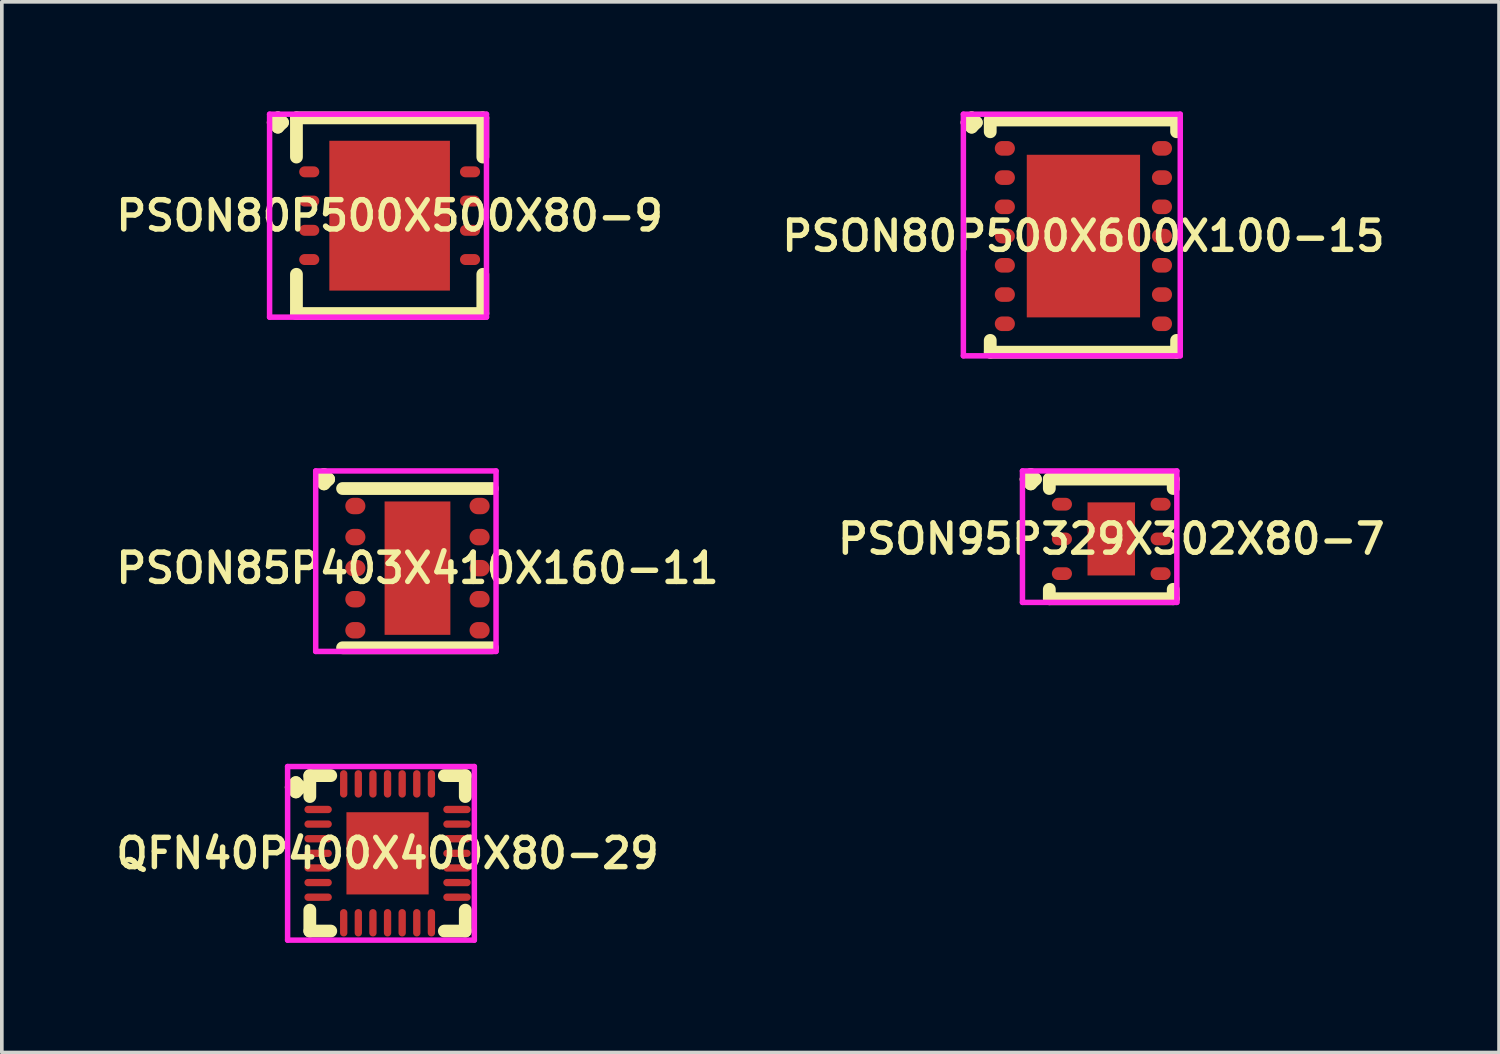
<source format=kicad_pcb>
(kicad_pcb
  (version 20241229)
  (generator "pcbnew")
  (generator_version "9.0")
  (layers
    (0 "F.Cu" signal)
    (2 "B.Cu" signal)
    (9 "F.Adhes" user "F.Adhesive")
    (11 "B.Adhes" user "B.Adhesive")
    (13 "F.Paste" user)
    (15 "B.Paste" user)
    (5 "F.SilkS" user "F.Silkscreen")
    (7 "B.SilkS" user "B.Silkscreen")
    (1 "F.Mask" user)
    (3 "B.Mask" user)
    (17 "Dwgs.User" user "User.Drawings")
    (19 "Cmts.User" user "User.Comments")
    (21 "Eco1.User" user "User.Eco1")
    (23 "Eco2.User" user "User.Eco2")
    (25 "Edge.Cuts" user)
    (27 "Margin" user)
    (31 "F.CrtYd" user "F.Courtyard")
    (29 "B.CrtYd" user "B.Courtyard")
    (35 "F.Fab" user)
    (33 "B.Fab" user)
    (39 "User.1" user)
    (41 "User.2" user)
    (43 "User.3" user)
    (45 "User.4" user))
  (footprint "PSON95P329X302X80-7"
    (layer "F.Cu")
    (at 27.359 11.697)
    (property "Reference" "PSON95P329X302X80-7" (at 0 0 0) (layer "F.SilkS") (effects (font (size 0.8 0.8) (thickness 0.15))))
    (attr through_hole)
    (fp_line (start -2.33 -1.633) (end -2.203 -1.76) (stroke (width 0.35) (type solid)) (layer "F.SilkS"))
    (fp_line (start -2.203 -1.76) (end -2.076 -1.633) (stroke (width 0.35) (type solid)) (layer "F.SilkS"))
    (fp_line (start -2.203 -1.506) (end -2.33 -1.633) (stroke (width 0.35) (type solid)) (layer "F.SilkS"))
    (fp_line (start -2.076 -1.633) (end -2.203 -1.506) (stroke (width 0.35) (type solid)) (layer "F.SilkS"))
    (fp_line (start -1.695 -1.637) (end 1.695 -1.637) (stroke (width 0.35) (type solid)) (layer "F.SilkS"))
    (fp_line (start -1.695 -1.379) (end -1.695 -1.637) (stroke (width 0.35) (type solid)) (layer "F.SilkS"))
    (fp_line (start -1.695 1.379) (end -1.695 1.637) (stroke (width 0.35) (type solid)) (layer "F.SilkS"))
    (fp_line (start -1.695 1.637) (end 1.695 1.637) (stroke (width 0.35) (type solid)) (layer "F.SilkS"))
    (fp_line (start 1.695 -1.637) (end 1.695 -1.379) (stroke (width 0.35) (type solid)) (layer "F.SilkS"))
    (fp_line (start 1.695 1.637) (end 1.695 1.379) (stroke (width 0.35) (type solid)) (layer "F.SilkS"))
    (fp_line (start -2.43 -1.86) (end 1.795 -1.86) (stroke (width 0.15) (type solid)) (layer "F.CrtYd"))
    (fp_line (start -2.43 1.737) (end -2.43 -1.86) (stroke (width 0.15) (type solid)) (layer "F.CrtYd"))
    (fp_line (start 1.795 -1.86) (end 1.795 1.737) (stroke (width 0.15) (type solid)) (layer "F.CrtYd"))
    (fp_line (start 1.795 1.737) (end -2.43 1.737) (stroke (width 0.15) (type solid)) (layer "F.CrtYd"))
    (pad "1" smd oval (at -1.35 -0.95) (size 0.55 0.35) (layers "F.Cu" "F.Mask" "F.Paste"))
    (pad "2" smd oval (at -1.35 0) (size 0.55 0.35) (layers "F.Cu" "F.Mask" "F.Paste"))
    (pad "3" smd oval (at -1.35 0.95) (size 0.55 0.35) (layers "F.Cu" "F.Mask" "F.Paste"))
    (pad "4" smd oval (at 1.35 0.95) (size 0.55 0.35) (layers "F.Cu" "F.Mask" "F.Paste"))
    (pad "5" smd oval (at 1.35 0) (size 0.55 0.35) (layers "F.Cu" "F.Mask" "F.Paste"))
    (pad "6" smd oval (at 1.35 -0.95) (size 0.55 0.35) (layers "F.Cu" "F.Mask" "F.Paste"))
    (pad "7" smd rect (at 0 0) (size 1.3 2) (layers "F.Cu" "F.Mask" "F.Paste")))
  (footprint "QFN40P400X400X80-29"
    (layer "F.Cu")
    (at 7.555 20.301)
    (property "Reference" "QFN40P400X400X80-29" (at 0 0 0) (layer "F.SilkS") (effects (font (size 0.8 0.8) (thickness 0.15))))
    (attr smd)
    (fp_line (start -2.635 -1.808) (end -2.508 -1.935) (stroke (width 0.35) (type solid)) (layer "F.SilkS"))
    (fp_line (start -2.508 -1.935) (end -2.381 -1.808) (stroke (width 0.35) (type solid)) (layer "F.SilkS"))
    (fp_line (start -2.508 -1.681) (end -2.635 -1.808) (stroke (width 0.35) (type solid)) (layer "F.SilkS"))
    (fp_line (start -2.381 -1.808) (end -2.508 -1.681) (stroke (width 0.35) (type solid)) (layer "F.SilkS"))
    (fp_line (start -2.127 -2.127) (end -1.554 -2.127) (stroke (width 0.35) (type solid)) (layer "F.SilkS"))
    (fp_line (start -2.127 -1.554) (end -2.127 -2.127) (stroke (width 0.35) (type solid)) (layer "F.SilkS"))
    (fp_line (start -2.127 1.554) (end -2.127 2.127) (stroke (width 0.35) (type solid)) (layer "F.SilkS"))
    (fp_line (start -2.127 2.127) (end -1.554 2.127) (stroke (width 0.35) (type solid)) (layer "F.SilkS"))
    (fp_line (start 1.554 -2.127) (end 2.127 -2.127) (stroke (width 0.35) (type solid)) (layer "F.SilkS"))
    (fp_line (start 1.554 2.127) (end 2.127 2.127) (stroke (width 0.35) (type solid)) (layer "F.SilkS"))
    (fp_line (start 2.127 -2.127) (end 2.127 -1.554) (stroke (width 0.35) (type solid)) (layer "F.SilkS"))
    (fp_line (start 2.127 2.127) (end 2.127 1.554) (stroke (width 0.35) (type solid)) (layer "F.SilkS"))
    (fp_line (start -2.735 -2.375) (end 2.375 -2.375) (stroke (width 0.15) (type solid)) (layer "F.CrtYd"))
    (fp_line (start -2.735 2.375) (end -2.735 -2.375) (stroke (width 0.15) (type solid)) (layer "F.CrtYd"))
    (fp_line (start 2.375 -2.375) (end 2.375 2.375) (stroke (width 0.15) (type solid)) (layer "F.CrtYd"))
    (fp_line (start 2.375 2.375) (end -2.735 2.375) (stroke (width 0.15) (type solid)) (layer "F.CrtYd"))
    (pad "1" smd oval (at -1.9 -1.2) (size 0.75 0.2) (layers "F.Cu" "F.Mask" "F.Paste"))
    (pad "2" smd oval (at -1.9 -0.8) (size 0.75 0.2) (layers "F.Cu" "F.Mask" "F.Paste"))
    (pad "3" smd oval (at -1.9 -0.4) (size 0.75 0.2) (layers "F.Cu" "F.Mask" "F.Paste"))
    (pad "4" smd oval (at -1.9 0) (size 0.75 0.2) (layers "F.Cu" "F.Mask" "F.Paste"))
    (pad "5" smd oval (at -1.9 0.4) (size 0.75 0.2) (layers "F.Cu" "F.Mask" "F.Paste"))
    (pad "6" smd oval (at -1.9 0.8) (size 0.75 0.2) (layers "F.Cu" "F.Mask" "F.Paste"))
    (pad "7" smd oval (at -1.9 1.2) (size 0.75 0.2) (layers "F.Cu" "F.Mask" "F.Paste"))
    (pad "8" smd oval (at -1.2 1.9) (size 0.2 0.75) (layers "F.Cu" "F.Mask" "F.Paste"))
    (pad "9" smd oval (at -0.8 1.9) (size 0.2 0.75) (layers "F.Cu" "F.Mask" "F.Paste"))
    (pad "10" smd oval (at -0.4 1.9) (size 0.2 0.75) (layers "F.Cu" "F.Mask" "F.Paste"))
    (pad "11" smd oval (at 0 1.9) (size 0.2 0.75) (layers "F.Cu" "F.Mask" "F.Paste"))
    (pad "12" smd oval (at 0.4 1.9) (size 0.2 0.75) (layers "F.Cu" "F.Mask" "F.Paste"))
    (pad "13" smd oval (at 0.8 1.9) (size 0.2 0.75) (layers "F.Cu" "F.Mask" "F.Paste"))
    (pad "14" smd oval (at 1.2 1.9) (size 0.2 0.75) (layers "F.Cu" "F.Mask" "F.Paste"))
    (pad "15" smd oval (at 1.9 1.2) (size 0.75 0.2) (layers "F.Cu" "F.Mask" "F.Paste"))
    (pad "16" smd oval (at 1.9 0.8) (size 0.75 0.2) (layers "F.Cu" "F.Mask" "F.Paste"))
    (pad "17" smd oval (at 1.9 0.4) (size 0.75 0.2) (layers "F.Cu" "F.Mask" "F.Paste"))
    (pad "18" smd oval (at 1.9 0) (size 0.75 0.2) (layers "F.Cu" "F.Mask" "F.Paste"))
    (pad "19" smd oval (at 1.9 -0.4) (size 0.75 0.2) (layers "F.Cu" "F.Mask" "F.Paste"))
    (pad "20" smd oval (at 1.9 -0.8) (size 0.75 0.2) (layers "F.Cu" "F.Mask" "F.Paste"))
    (pad "21" smd oval (at 1.9 -1.2) (size 0.75 0.2) (layers "F.Cu" "F.Mask" "F.Paste"))
    (pad "22" smd oval (at 1.2 -1.9) (size 0.2 0.75) (layers "F.Cu" "F.Mask" "F.Paste"))
    (pad "23" smd oval (at 0.8 -1.9) (size 0.2 0.75) (layers "F.Cu" "F.Mask" "F.Paste"))
    (pad "24" smd oval (at 0.4 -1.9) (size 0.2 0.75) (layers "F.Cu" "F.Mask" "F.Paste"))
    (pad "25" smd oval (at 0 -1.9) (size 0.2 0.75) (layers "F.Cu" "F.Mask" "F.Paste"))
    (pad "26" smd oval (at -0.4 -1.9) (size 0.2 0.75) (layers "F.Cu" "F.Mask" "F.Paste"))
    (pad "27" smd oval (at -0.8 -1.9) (size 0.2 0.75) (layers "F.Cu" "F.Mask" "F.Paste"))
    (pad "28" smd oval (at -1.2 -1.9) (size 0.2 0.75) (layers "F.Cu" "F.Mask" "F.Paste"))
    (pad "29" smd rect (at 0 0) (size 2.25 2.25) (layers "F.Cu" "F.Mask" "F.Paste")))
  (footprint "PSON85P403X410X160-11"
    (layer "F.Cu")
    (at 8.374 12.497)
    (property "Reference" "PSON85P403X410X160-11" (at 0 0 0) (layer "F.SilkS") (effects (font (size 0.8 0.8) (thickness 0.15))))
    (attr smd)
    (fp_line (start -2.685 -2.433) (end -2.558 -2.56) (stroke (width 0.35) (type solid)) (layer "F.SilkS"))
    (fp_line (start -2.558 -2.56) (end -2.431 -2.433) (stroke (width 0.35) (type solid)) (layer "F.SilkS"))
    (fp_line (start -2.558 -2.306) (end -2.685 -2.433) (stroke (width 0.35) (type solid)) (layer "F.SilkS"))
    (fp_line (start -2.431 -2.433) (end -2.558 -2.306) (stroke (width 0.35) (type solid)) (layer "F.SilkS"))
    (fp_line (start -2.05 -2.179) (end 2.05 -2.179) (stroke (width 0.35) (type solid)) (layer "F.SilkS"))
    (fp_line (start -2.05 2.179) (end 2.05 2.179) (stroke (width 0.35) (type solid)) (layer "F.SilkS"))
    (fp_line (start -2.785 -2.66) (end 2.15 -2.66) (stroke (width 0.15) (type solid)) (layer "F.CrtYd"))
    (fp_line (start -2.785 2.279) (end -2.785 -2.66) (stroke (width 0.15) (type solid)) (layer "F.CrtYd"))
    (fp_line (start 2.15 -2.66) (end 2.15 2.279) (stroke (width 0.15) (type solid)) (layer "F.CrtYd"))
    (fp_line (start 2.15 2.279) (end -2.785 2.279) (stroke (width 0.15) (type solid)) (layer "F.CrtYd"))
    (pad "1" smd oval (at -1.7 -1.7) (size 0.55 0.45) (layers "F.Cu" "F.Mask" "F.Paste"))
    (pad "2" smd oval (at -1.7 -0.85) (size 0.55 0.45) (layers "F.Cu" "F.Mask" "F.Paste"))
    (pad "3" smd oval (at -1.7 0) (size 0.55 0.45) (layers "F.Cu" "F.Mask" "F.Paste"))
    (pad "4" smd oval (at -1.7 0.85) (size 0.55 0.45) (layers "F.Cu" "F.Mask" "F.Paste"))
    (pad "5" smd oval (at -1.7 1.7) (size 0.55 0.45) (layers "F.Cu" "F.Mask" "F.Paste"))
    (pad "6" smd oval (at 1.7 1.7) (size 0.55 0.45) (layers "F.Cu" "F.Mask" "F.Paste"))
    (pad "7" smd oval (at 1.7 0.85) (size 0.55 0.45) (layers "F.Cu" "F.Mask" "F.Paste"))
    (pad "8" smd oval (at 1.7 0) (size 0.55 0.45) (layers "F.Cu" "F.Mask" "F.Paste"))
    (pad "9" smd oval (at 1.7 -0.85) (size 0.55 0.45) (layers "F.Cu" "F.Mask" "F.Paste"))
    (pad "10" smd oval (at 1.7 -1.7) (size 0.55 0.45) (layers "F.Cu" "F.Mask" "F.Paste"))
    (pad "11" smd rect (at 0 0) (size 1.8 3.65) (layers "F.Cu" "F.Mask" "F.Paste")))
  (footprint "PSON80P500X500X80-9"
    (layer "F.Cu")
    (at 7.612 2.852)
    (property "Reference" "PSON80P500X500X80-9" (at 0 0 0) (layer "F.SilkS") (effects (font (size 0.8 0.8) (thickness 0.15))))
    (attr through_hole)
    (fp_line (start -3.185 -2.55) (end -3.058 -2.677) (stroke (width 0.35) (type solid)) (layer "F.SilkS"))
    (fp_line (start -3.058 -2.677) (end -2.931 -2.55) (stroke (width 0.35) (type solid)) (layer "F.SilkS"))
    (fp_line (start -3.058 -2.423) (end -3.185 -2.55) (stroke (width 0.35) (type solid)) (layer "F.SilkS"))
    (fp_line (start -2.931 -2.55) (end -3.058 -2.423) (stroke (width 0.35) (type solid)) (layer "F.SilkS"))
    (fp_line (start -2.55 -2.677) (end 2.55 -2.677) (stroke (width 0.35) (type solid)) (layer "F.SilkS"))
    (fp_line (start -2.55 -1.604) (end -2.55 -2.677) (stroke (width 0.35) (type solid)) (layer "F.SilkS"))
    (fp_line (start -2.55 1.604) (end -2.55 2.677) (stroke (width 0.35) (type solid)) (layer "F.SilkS"))
    (fp_line (start -2.55 2.677) (end 2.55 2.677) (stroke (width 0.35) (type solid)) (layer "F.SilkS"))
    (fp_line (start 2.55 -2.677) (end 2.55 -1.604) (stroke (width 0.35) (type solid)) (layer "F.SilkS"))
    (fp_line (start 2.55 2.677) (end 2.55 1.604) (stroke (width 0.35) (type solid)) (layer "F.SilkS"))
    (fp_line (start -3.285 -2.777) (end 2.65 -2.777) (stroke (width 0.15) (type solid)) (layer "F.CrtYd"))
    (fp_line (start -3.285 2.777) (end -3.285 -2.777) (stroke (width 0.15) (type solid)) (layer "F.CrtYd"))
    (fp_line (start 2.65 -2.777) (end 2.65 2.777) (stroke (width 0.15) (type solid)) (layer "F.CrtYd"))
    (fp_line (start 2.65 2.777) (end -3.285 2.777) (stroke (width 0.15) (type solid)) (layer "F.CrtYd"))
    (pad "1" smd oval (at -2.2 -1.2) (size 0.55 0.3) (layers "F.Cu" "F.Mask" "F.Paste"))
    (pad "2" smd oval (at -2.2 -0.4) (size 0.55 0.3) (layers "F.Cu" "F.Mask" "F.Paste"))
    (pad "3" smd oval (at -2.2 0.4) (size 0.55 0.3) (layers "F.Cu" "F.Mask" "F.Paste"))
    (pad "4" smd oval (at -2.2 1.2) (size 0.55 0.3) (layers "F.Cu" "F.Mask" "F.Paste"))
    (pad "5" smd oval (at 2.2 1.2) (size 0.55 0.3) (layers "F.Cu" "F.Mask" "F.Paste"))
    (pad "6" smd oval (at 2.2 0.4) (size 0.55 0.3) (layers "F.Cu" "F.Mask" "F.Paste"))
    (pad "7" smd oval (at 2.2 -0.4) (size 0.55 0.3) (layers "F.Cu" "F.Mask" "F.Paste"))
    (pad "8" smd oval (at 2.2 -1.2) (size 0.55 0.3) (layers "F.Cu" "F.Mask" "F.Paste"))
    (pad "9" smd rect (at 0 0) (size 3.3 4.1) (layers "F.Cu" "F.Mask" "F.Paste")))
  (footprint "PSON80P500X600X100-15"
    (layer "F.Cu")
    (at 26.597 3.41)
    (property "Reference" "PSON80P500X600X100-15" (at 0 0 0) (layer "F.SilkS") (effects (font (size 0.8 0.8) (thickness 0.15))))
    (attr smd)
    (fp_line (start -3.185 -3.108) (end -3.058 -3.235) (stroke (width 0.35) (type solid)) (layer "F.SilkS"))
    (fp_line (start -3.058 -3.235) (end -2.931 -3.108) (stroke (width 0.35) (type solid)) (layer "F.SilkS"))
    (fp_line (start -3.058 -2.981) (end -3.185 -3.108) (stroke (width 0.35) (type solid)) (layer "F.SilkS"))
    (fp_line (start -2.931 -3.108) (end -3.058 -2.981) (stroke (width 0.35) (type solid)) (layer "F.SilkS"))
    (fp_line (start -2.55 -3.177) (end 2.55 -3.177) (stroke (width 0.35) (type solid)) (layer "F.SilkS"))
    (fp_line (start -2.55 -2.854) (end -2.55 -3.177) (stroke (width 0.35) (type solid)) (layer "F.SilkS"))
    (fp_line (start -2.55 2.854) (end -2.55 3.177) (stroke (width 0.35) (type solid)) (layer "F.SilkS"))
    (fp_line (start -2.55 3.177) (end 2.55 3.177) (stroke (width 0.35) (type solid)) (layer "F.SilkS"))
    (fp_line (start 2.55 -3.177) (end 2.55 -2.854) (stroke (width 0.35) (type solid)) (layer "F.SilkS"))
    (fp_line (start 2.55 3.177) (end 2.55 2.854) (stroke (width 0.35) (type solid)) (layer "F.SilkS"))
    (fp_line (start -3.285 -3.335) (end 2.65 -3.335) (stroke (width 0.15) (type solid)) (layer "F.CrtYd"))
    (fp_line (start -3.285 3.277) (end -3.285 -3.335) (stroke (width 0.15) (type solid)) (layer "F.CrtYd"))
    (fp_line (start 2.65 -3.335) (end 2.65 3.277) (stroke (width 0.15) (type solid)) (layer "F.CrtYd"))
    (fp_line (start 2.65 3.277) (end -3.285 3.277) (stroke (width 0.15) (type solid)) (layer "F.CrtYd"))
    (pad "1" smd oval (at -2.15 -2.4) (size 0.55 0.4) (layers "F.Cu" "F.Mask" "F.Paste"))
    (pad "2" smd oval (at -2.15 -1.6) (size 0.55 0.4) (layers "F.Cu" "F.Mask" "F.Paste"))
    (pad "3" smd oval (at -2.15 -0.8) (size 0.55 0.4) (layers "F.Cu" "F.Mask" "F.Paste"))
    (pad "4" smd oval (at -2.15 0) (size 0.55 0.4) (layers "F.Cu" "F.Mask" "F.Paste"))
    (pad "5" smd oval (at -2.15 0.8) (size 0.55 0.4) (layers "F.Cu" "F.Mask" "F.Paste"))
    (pad "6" smd oval (at -2.15 1.6) (size 0.55 0.4) (layers "F.Cu" "F.Mask" "F.Paste"))
    (pad "7" smd oval (at -2.15 2.4) (size 0.55 0.4) (layers "F.Cu" "F.Mask" "F.Paste"))
    (pad "8" smd oval (at 2.15 2.4) (size 0.55 0.4) (layers "F.Cu" "F.Mask" "F.Paste"))
    (pad "9" smd oval (at 2.15 1.6) (size 0.55 0.4) (layers "F.Cu" "F.Mask" "F.Paste"))
    (pad "10" smd oval (at 2.15 0.8) (size 0.55 0.4) (layers "F.Cu" "F.Mask" "F.Paste"))
    (pad "11" smd oval (at 2.15 0) (size 0.55 0.4) (layers "F.Cu" "F.Mask" "F.Paste"))
    (pad "12" smd oval (at 2.15 -0.8) (size 0.55 0.4) (layers "F.Cu" "F.Mask" "F.Paste"))
    (pad "13" smd oval (at 2.15 -1.6) (size 0.55 0.4) (layers "F.Cu" "F.Mask" "F.Paste"))
    (pad "14" smd oval (at 2.15 -2.4) (size 0.55 0.4) (layers "F.Cu" "F.Mask" "F.Paste"))
    (pad "15" smd rect (at 0 0) (size 3.1 4.45) (layers "F.Cu" "F.Mask" "F.Paste")))
  (gr_rect
    (start -3 -3)
    (end 37.97 25.751)
    (stroke (width 0.1) (type default))
    (fill no)
    (layer "Edge.Cuts")))
</source>
